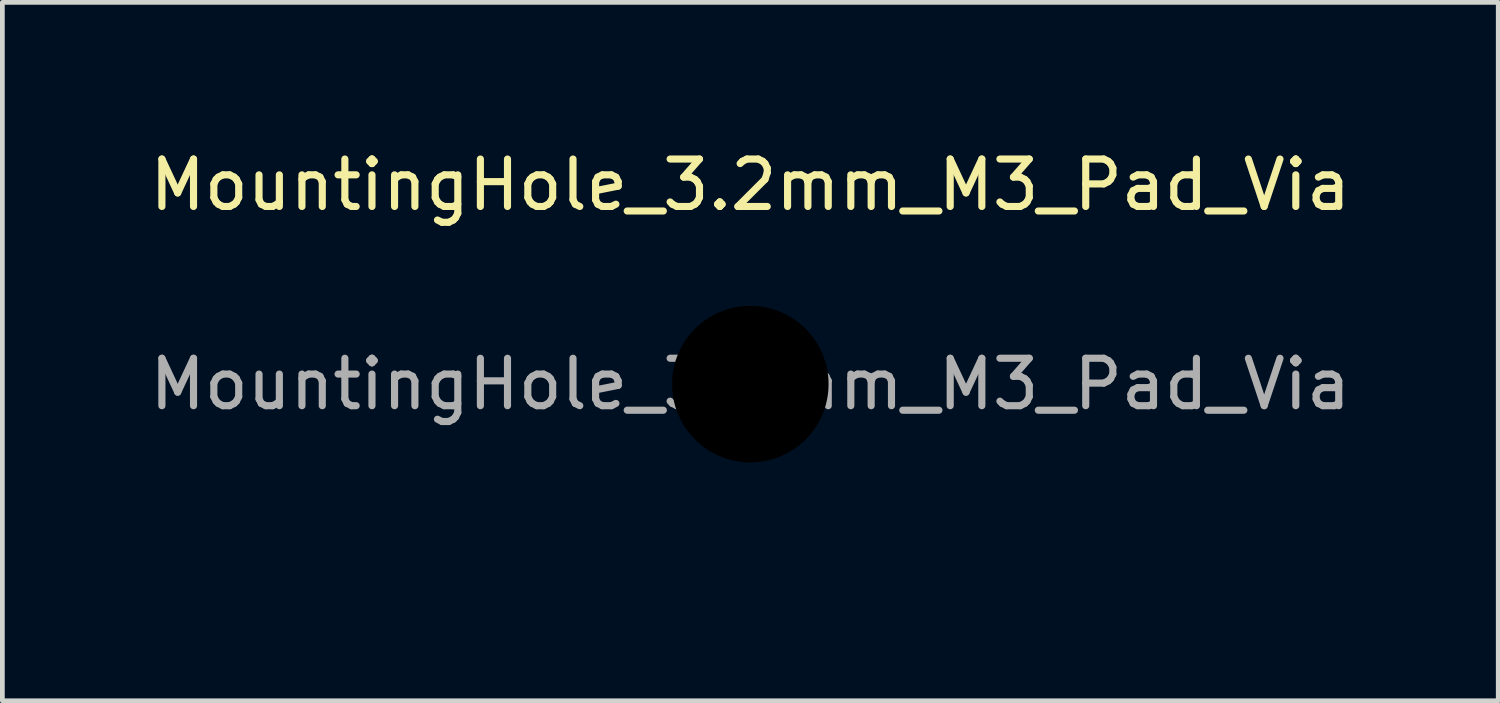
<source format=kicad_pcb>
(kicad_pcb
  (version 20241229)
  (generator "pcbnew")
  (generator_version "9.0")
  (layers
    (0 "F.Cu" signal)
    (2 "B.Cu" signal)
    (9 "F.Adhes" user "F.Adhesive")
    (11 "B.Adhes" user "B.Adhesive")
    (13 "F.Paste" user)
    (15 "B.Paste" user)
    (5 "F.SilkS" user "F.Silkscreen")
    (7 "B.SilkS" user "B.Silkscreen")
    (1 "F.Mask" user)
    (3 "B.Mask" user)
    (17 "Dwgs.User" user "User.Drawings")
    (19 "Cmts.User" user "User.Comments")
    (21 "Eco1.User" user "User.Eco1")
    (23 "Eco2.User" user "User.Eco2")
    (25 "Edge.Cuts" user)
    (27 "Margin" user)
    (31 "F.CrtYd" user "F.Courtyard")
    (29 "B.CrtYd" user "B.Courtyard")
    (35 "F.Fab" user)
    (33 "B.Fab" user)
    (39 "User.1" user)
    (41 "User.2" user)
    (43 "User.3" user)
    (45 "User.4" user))
  (footprint "MountingHole_3.2mm_M3_Pad_Via"
    (layer "F.Cu")
    (at 12.768 5.048)
    (property "Reference" "MountingHole_3.2mm_M3_Pad_Via" (at 0 -4.2 0) (layer "F.SilkS") (effects (font (size 1 1) (thickness 0.15))))
    (attr exclude_from_pos_files exclude_from_bom)
    (fp_circle (center 0 0) (end 3.65 0) (stroke (width 0.05) (type solid)) (fill no) (layer "User.2"))
    (fp_text user "${REFERENCE}" (at 0 0 0) (layer "F.Fab") (effects (font (size 1 1) (thickness 0.15))))
    (pad "" np_thru_hole circle (at 0 0) (size 5.3 5.3) (drill 3.3) (layers "*.Mask")))
  (gr_rect
    (start -3 -3)
    (end 28.536 11.723)
    (stroke (width 0.1) (type default))
    (fill no)
    (layer "Edge.Cuts")))
</source>
